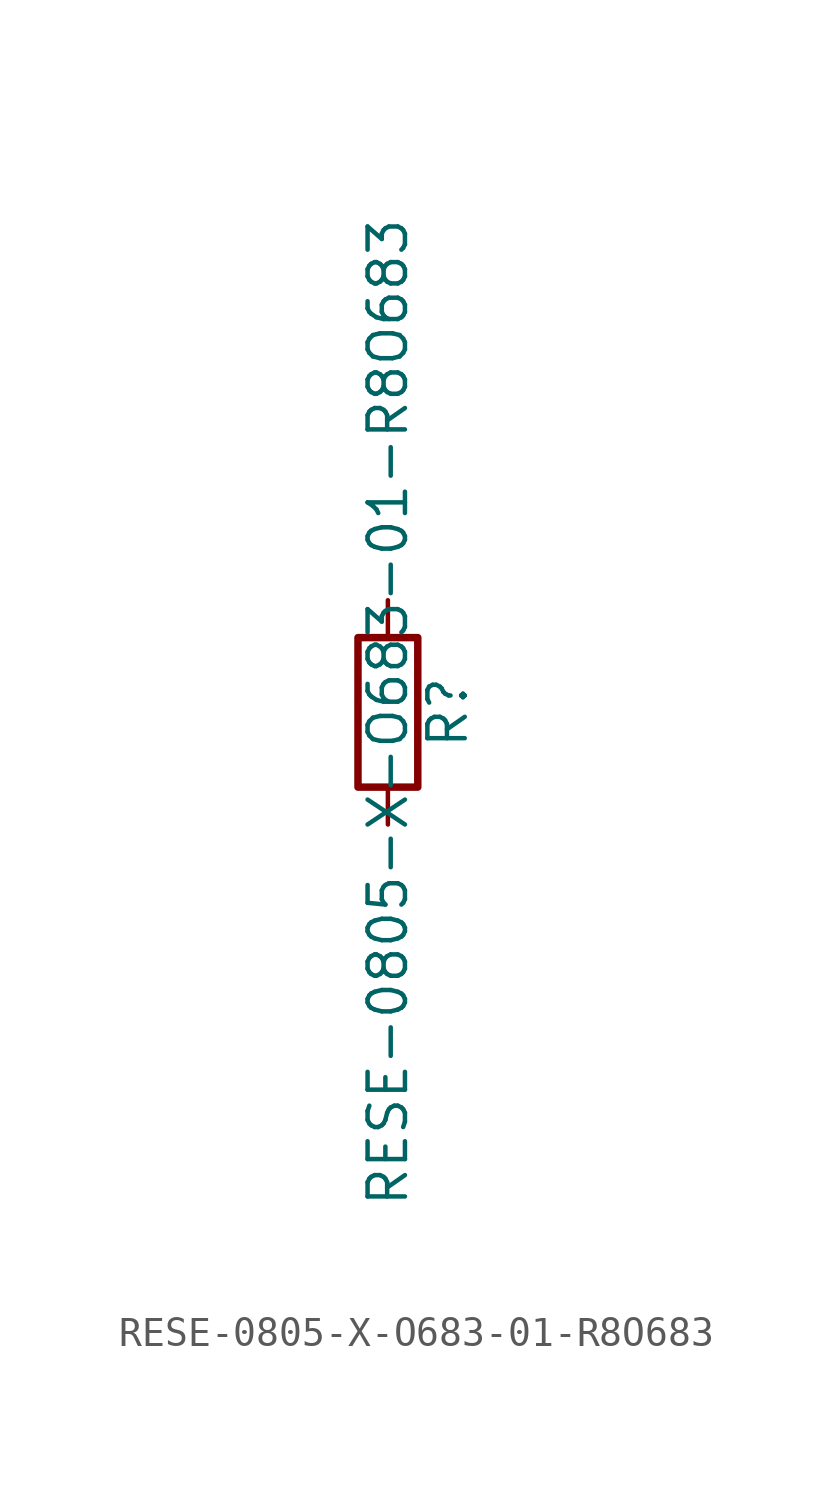
<source format=kicad_sym>
(kicad_symbol_lib
  (version 20211014)
  (generator kicad_symbol_editor)
  (symbol "RESE-0805-X-O683-01-R8O683"
    (pin_numbers hide)
    (pin_names
      (offset 0))
    (property "Reference" "R"
      (at 2.032 0 90)
      (effects (font (size 1.27 1.27))))
    (property "Value" "RESE-0805-X-O683-01-R8O683"
      (at 0 0 90)
      (effects (font (size 1.27 1.27))))
    (symbol "RESE-0805-X-O683-01-R8O683_0_1"
      (rectangle (start -1.016 -2.54) (end 1.016 2.54) (stroke (width 0.254) (type default) (color 0 0 0 0)) (fill (type none))))
    (symbol "RESE-0805-X-O683-01-R8O683_1_1"
      (pin passive line (at 0 3.81 270) (length 1.27) (name "~" (effects (font (size 1.27 1.27)))) (number "1" (effects (font (size 1.27 1.27)))))
      (pin passive line (at 0 -3.81 90) (length 1.27) (name "~" (effects (font (size 1.27 1.27)))) (number "2" (effects (font (size 1.27 1.27))))))))
</source>
